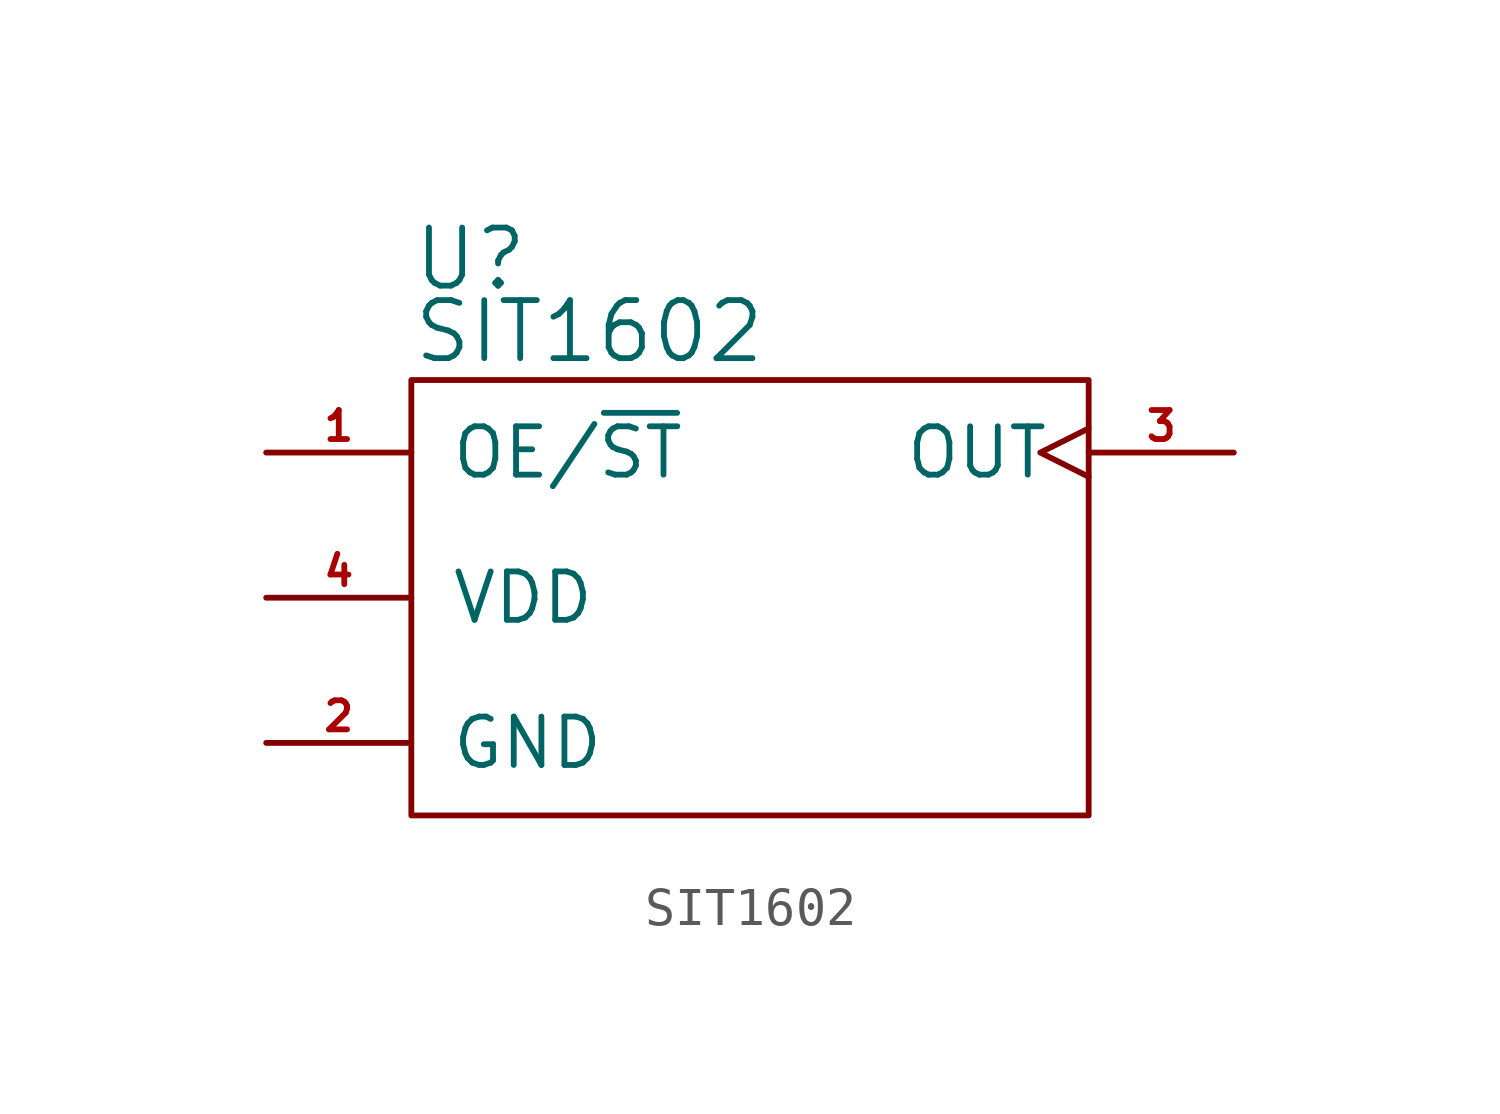
<source format=kicad_sym>
(kicad_symbol_lib
  (version 20211014)
  (generator kicad_symbol_editor)
  (symbol "SIT1602"
    (pin_names
      (offset 1.016))
    (property "Reference" "U"
      (at -8.89 8.89 0)
      (effects (font (size 1.524 1.524)) (justify left)))
    (property "Value" "SIT1602"
      (at -8.89 6.985 0)
      (effects (font (size 1.524 1.524)) (justify left)))
    (symbol "SIT1602_0_1"
      (rectangle (start -8.89 5.715) (end 8.89 -5.715) (stroke (width 0) (type default) (color 0 0 0 0)) (fill (type none))))
    (symbol "SIT1602_1_1"
      (pin input line (at -12.7 3.81 0) (length 3.81) (name "OE/~{ST}" (effects (font (size 1.27 1.27)))) (number "1" (effects (font (size 0.762 0.762)))))
      (pin power_in line (at -12.7 -3.81 0) (length 3.81) (name "GND" (effects (font (size 1.27 1.27)))) (number "2" (effects (font (size 0.762 0.762)))))
      (pin output clock (at 12.7 3.81 180) (length 3.81) (name "OUT" (effects (font (size 1.27 1.27)))) (number "3" (effects (font (size 0.762 0.762)))))
      (pin power_in line (at -12.7 0 0) (length 3.81) (name "VDD" (effects (font (size 1.27 1.27)))) (number "4" (effects (font (size 0.762 0.762))))))))
</source>
